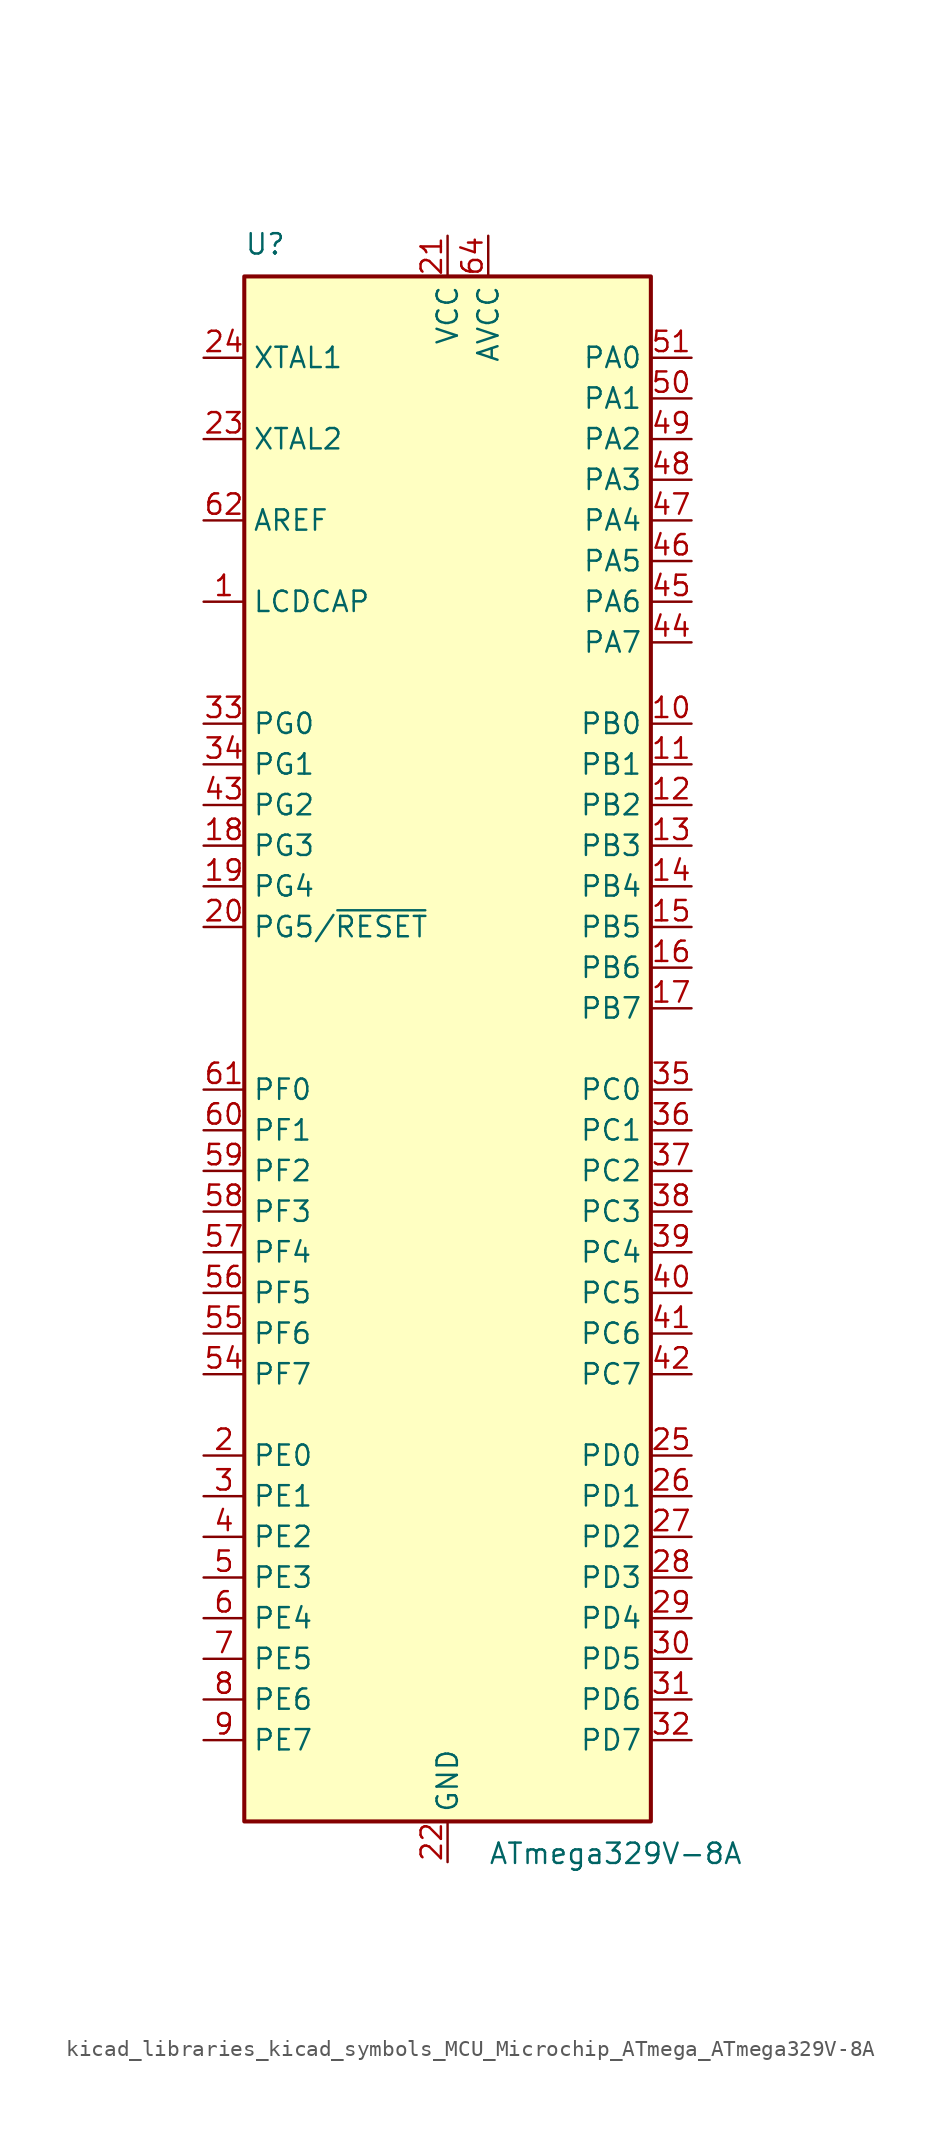
<source format=kicad_sym>
(kicad_symbol_lib
  (version 20220914)
  (generator kicad_symbol_editor)
  (symbol "kicad_libraries_kicad_symbols_MCU_Microchip_ATmega_ATmega329V-8A"
    (property "Reference" "U"
      (at -12.7 49.53 0)
      (effects (font (size 1.27 1.27)) (justify left bottom)))
    (property "Value" "ATmega329V-8A"
      (at 2.54 -49.53 0)
      (effects (font (size 1.27 1.27)) (justify left top)))
    (symbol "kicad_libraries_kicad_symbols_MCU_Microchip_ATmega_ATmega329V-8A_0_1"
      (rectangle (start -12.7 -48.26) (end 12.7 48.26) (stroke (width 0.254) (type default)) (fill (type background))))
    (symbol "kicad_libraries_kicad_symbols_MCU_Microchip_ATmega_ATmega329V-8A_1_1"
      (pin passive line (at -15.24 27.94 0) (length 2.54) (name "LCDCAP" (effects (font (size 1.27 1.27)))) (number "1" (effects (font (size 1.27 1.27)))))
      (pin bidirectional line (at 15.24 20.32 180) (length 2.54) (name "PB0" (effects (font (size 1.27 1.27)))) (number "10" (effects (font (size 1.27 1.27)))))
      (pin bidirectional line (at 15.24 17.78 180) (length 2.54) (name "PB1" (effects (font (size 1.27 1.27)))) (number "11" (effects (font (size 1.27 1.27)))))
      (pin bidirectional line (at 15.24 15.24 180) (length 2.54) (name "PB2" (effects (font (size 1.27 1.27)))) (number "12" (effects (font (size 1.27 1.27)))))
      (pin bidirectional line (at 15.24 12.7 180) (length 2.54) (name "PB3" (effects (font (size 1.27 1.27)))) (number "13" (effects (font (size 1.27 1.27)))))
      (pin bidirectional line (at 15.24 10.16 180) (length 2.54) (name "PB4" (effects (font (size 1.27 1.27)))) (number "14" (effects (font (size 1.27 1.27)))))
      (pin bidirectional line (at 15.24 7.62 180) (length 2.54) (name "PB5" (effects (font (size 1.27 1.27)))) (number "15" (effects (font (size 1.27 1.27)))))
      (pin bidirectional line (at 15.24 5.08 180) (length 2.54) (name "PB6" (effects (font (size 1.27 1.27)))) (number "16" (effects (font (size 1.27 1.27)))))
      (pin bidirectional line (at 15.24 2.54 180) (length 2.54) (name "PB7" (effects (font (size 1.27 1.27)))) (number "17" (effects (font (size 1.27 1.27)))))
      (pin bidirectional line (at -15.24 12.7 0) (length 2.54) (name "PG3" (effects (font (size 1.27 1.27)))) (number "18" (effects (font (size 1.27 1.27)))))
      (pin bidirectional line (at -15.24 10.16 0) (length 2.54) (name "PG4" (effects (font (size 1.27 1.27)))) (number "19" (effects (font (size 1.27 1.27)))))
      (pin bidirectional line (at -15.24 -25.4 0) (length 2.54) (name "PE0" (effects (font (size 1.27 1.27)))) (number "2" (effects (font (size 1.27 1.27)))))
      (pin bidirectional line (at -15.24 7.62 0) (length 2.54) (name "PG5/~{RESET}" (effects (font (size 1.27 1.27)))) (number "20" (effects (font (size 1.27 1.27)))))
      (pin power_in line (at 0 50.8 270) (length 2.54) (name "VCC" (effects (font (size 1.27 1.27)))) (number "21" (effects (font (size 1.27 1.27)))))
      (pin power_in line (at 0 -50.8 90) (length 2.54) (name "GND" (effects (font (size 1.27 1.27)))) (number "22" (effects (font (size 1.27 1.27)))))
      (pin output line (at -15.24 38.1 0) (length 2.54) (name "XTAL2" (effects (font (size 1.27 1.27)))) (number "23" (effects (font (size 1.27 1.27)))))
      (pin input line (at -15.24 43.18 0) (length 2.54) (name "XTAL1" (effects (font (size 1.27 1.27)))) (number "24" (effects (font (size 1.27 1.27)))))
      (pin bidirectional line (at 15.24 -25.4 180) (length 2.54) (name "PD0" (effects (font (size 1.27 1.27)))) (number "25" (effects (font (size 1.27 1.27)))))
      (pin bidirectional line (at 15.24 -27.94 180) (length 2.54) (name "PD1" (effects (font (size 1.27 1.27)))) (number "26" (effects (font (size 1.27 1.27)))))
      (pin bidirectional line (at 15.24 -30.48 180) (length 2.54) (name "PD2" (effects (font (size 1.27 1.27)))) (number "27" (effects (font (size 1.27 1.27)))))
      (pin bidirectional line (at 15.24 -33.02 180) (length 2.54) (name "PD3" (effects (font (size 1.27 1.27)))) (number "28" (effects (font (size 1.27 1.27)))))
      (pin bidirectional line (at 15.24 -35.56 180) (length 2.54) (name "PD4" (effects (font (size 1.27 1.27)))) (number "29" (effects (font (size 1.27 1.27)))))
      (pin bidirectional line (at -15.24 -27.94 0) (length 2.54) (name "PE1" (effects (font (size 1.27 1.27)))) (number "3" (effects (font (size 1.27 1.27)))))
      (pin bidirectional line (at 15.24 -38.1 180) (length 2.54) (name "PD5" (effects (font (size 1.27 1.27)))) (number "30" (effects (font (size 1.27 1.27)))))
      (pin bidirectional line (at 15.24 -40.64 180) (length 2.54) (name "PD6" (effects (font (size 1.27 1.27)))) (number "31" (effects (font (size 1.27 1.27)))))
      (pin bidirectional line (at 15.24 -43.18 180) (length 2.54) (name "PD7" (effects (font (size 1.27 1.27)))) (number "32" (effects (font (size 1.27 1.27)))))
      (pin bidirectional line (at -15.24 20.32 0) (length 2.54) (name "PG0" (effects (font (size 1.27 1.27)))) (number "33" (effects (font (size 1.27 1.27)))))
      (pin bidirectional line (at -15.24 17.78 0) (length 2.54) (name "PG1" (effects (font (size 1.27 1.27)))) (number "34" (effects (font (size 1.27 1.27)))))
      (pin bidirectional line (at 15.24 -2.54 180) (length 2.54) (name "PC0" (effects (font (size 1.27 1.27)))) (number "35" (effects (font (size 1.27 1.27)))))
      (pin bidirectional line (at 15.24 -5.08 180) (length 2.54) (name "PC1" (effects (font (size 1.27 1.27)))) (number "36" (effects (font (size 1.27 1.27)))))
      (pin bidirectional line (at 15.24 -7.62 180) (length 2.54) (name "PC2" (effects (font (size 1.27 1.27)))) (number "37" (effects (font (size 1.27 1.27)))))
      (pin bidirectional line (at 15.24 -10.16 180) (length 2.54) (name "PC3" (effects (font (size 1.27 1.27)))) (number "38" (effects (font (size 1.27 1.27)))))
      (pin bidirectional line (at 15.24 -12.7 180) (length 2.54) (name "PC4" (effects (font (size 1.27 1.27)))) (number "39" (effects (font (size 1.27 1.27)))))
      (pin bidirectional line (at -15.24 -30.48 0) (length 2.54) (name "PE2" (effects (font (size 1.27 1.27)))) (number "4" (effects (font (size 1.27 1.27)))))
      (pin bidirectional line (at 15.24 -15.24 180) (length 2.54) (name "PC5" (effects (font (size 1.27 1.27)))) (number "40" (effects (font (size 1.27 1.27)))))
      (pin bidirectional line (at 15.24 -17.78 180) (length 2.54) (name "PC6" (effects (font (size 1.27 1.27)))) (number "41" (effects (font (size 1.27 1.27)))))
      (pin bidirectional line (at 15.24 -20.32 180) (length 2.54) (name "PC7" (effects (font (size 1.27 1.27)))) (number "42" (effects (font (size 1.27 1.27)))))
      (pin bidirectional line (at -15.24 15.24 0) (length 2.54) (name "PG2" (effects (font (size 1.27 1.27)))) (number "43" (effects (font (size 1.27 1.27)))))
      (pin bidirectional line (at 15.24 25.4 180) (length 2.54) (name "PA7" (effects (font (size 1.27 1.27)))) (number "44" (effects (font (size 1.27 1.27)))))
      (pin bidirectional line (at 15.24 27.94 180) (length 2.54) (name "PA6" (effects (font (size 1.27 1.27)))) (number "45" (effects (font (size 1.27 1.27)))))
      (pin bidirectional line (at 15.24 30.48 180) (length 2.54) (name "PA5" (effects (font (size 1.27 1.27)))) (number "46" (effects (font (size 1.27 1.27)))))
      (pin bidirectional line (at 15.24 33.02 180) (length 2.54) (name "PA4" (effects (font (size 1.27 1.27)))) (number "47" (effects (font (size 1.27 1.27)))))
      (pin bidirectional line (at 15.24 35.56 180) (length 2.54) (name "PA3" (effects (font (size 1.27 1.27)))) (number "48" (effects (font (size 1.27 1.27)))))
      (pin bidirectional line (at 15.24 38.1 180) (length 2.54) (name "PA2" (effects (font (size 1.27 1.27)))) (number "49" (effects (font (size 1.27 1.27)))))
      (pin bidirectional line (at -15.24 -33.02 0) (length 2.54) (name "PE3" (effects (font (size 1.27 1.27)))) (number "5" (effects (font (size 1.27 1.27)))))
      (pin bidirectional line (at 15.24 40.64 180) (length 2.54) (name "PA1" (effects (font (size 1.27 1.27)))) (number "50" (effects (font (size 1.27 1.27)))))
      (pin bidirectional line (at 15.24 43.18 180) (length 2.54) (name "PA0" (effects (font (size 1.27 1.27)))) (number "51" (effects (font (size 1.27 1.27)))))
      (pin passive line (at 0 50.8 270) (length 2.54) hide (name "VCC" (effects (font (size 1.27 1.27)))) (number "52" (effects (font (size 1.27 1.27)))))
      (pin passive line (at 0 -50.8 90) (length 2.54) hide (name "GND" (effects (font (size 1.27 1.27)))) (number "53" (effects (font (size 1.27 1.27)))))
      (pin bidirectional line (at -15.24 -20.32 0) (length 2.54) (name "PF7" (effects (font (size 1.27 1.27)))) (number "54" (effects (font (size 1.27 1.27)))))
      (pin bidirectional line (at -15.24 -17.78 0) (length 2.54) (name "PF6" (effects (font (size 1.27 1.27)))) (number "55" (effects (font (size 1.27 1.27)))))
      (pin bidirectional line (at -15.24 -15.24 0) (length 2.54) (name "PF5" (effects (font (size 1.27 1.27)))) (number "56" (effects (font (size 1.27 1.27)))))
      (pin bidirectional line (at -15.24 -12.7 0) (length 2.54) (name "PF4" (effects (font (size 1.27 1.27)))) (number "57" (effects (font (size 1.27 1.27)))))
      (pin bidirectional line (at -15.24 -10.16 0) (length 2.54) (name "PF3" (effects (font (size 1.27 1.27)))) (number "58" (effects (font (size 1.27 1.27)))))
      (pin bidirectional line (at -15.24 -7.62 0) (length 2.54) (name "PF2" (effects (font (size 1.27 1.27)))) (number "59" (effects (font (size 1.27 1.27)))))
      (pin bidirectional line (at -15.24 -35.56 0) (length 2.54) (name "PE4" (effects (font (size 1.27 1.27)))) (number "6" (effects (font (size 1.27 1.27)))))
      (pin bidirectional line (at -15.24 -5.08 0) (length 2.54) (name "PF1" (effects (font (size 1.27 1.27)))) (number "60" (effects (font (size 1.27 1.27)))))
      (pin bidirectional line (at -15.24 -2.54 0) (length 2.54) (name "PF0" (effects (font (size 1.27 1.27)))) (number "61" (effects (font (size 1.27 1.27)))))
      (pin passive line (at -15.24 33.02 0) (length 2.54) (name "AREF" (effects (font (size 1.27 1.27)))) (number "62" (effects (font (size 1.27 1.27)))))
      (pin passive line (at 0 -50.8 90) (length 2.54) hide (name "GND" (effects (font (size 1.27 1.27)))) (number "63" (effects (font (size 1.27 1.27)))))
      (pin power_in line (at 2.54 50.8 270) (length 2.54) (name "AVCC" (effects (font (size 1.27 1.27)))) (number "64" (effects (font (size 1.27 1.27)))))
      (pin bidirectional line (at -15.24 -38.1 0) (length 2.54) (name "PE5" (effects (font (size 1.27 1.27)))) (number "7" (effects (font (size 1.27 1.27)))))
      (pin bidirectional line (at -15.24 -40.64 0) (length 2.54) (name "PE6" (effects (font (size 1.27 1.27)))) (number "8" (effects (font (size 1.27 1.27)))))
      (pin bidirectional line (at -15.24 -43.18 0) (length 2.54) (name "PE7" (effects (font (size 1.27 1.27)))) (number "9" (effects (font (size 1.27 1.27))))))))
</source>
